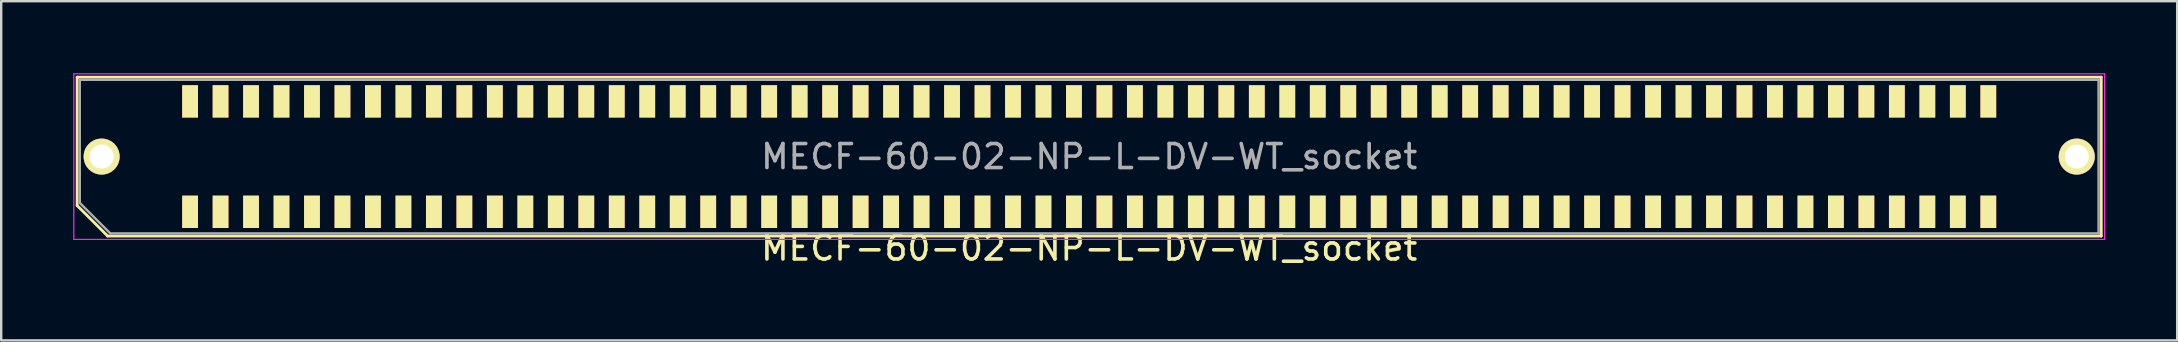
<source format=kicad_pcb>
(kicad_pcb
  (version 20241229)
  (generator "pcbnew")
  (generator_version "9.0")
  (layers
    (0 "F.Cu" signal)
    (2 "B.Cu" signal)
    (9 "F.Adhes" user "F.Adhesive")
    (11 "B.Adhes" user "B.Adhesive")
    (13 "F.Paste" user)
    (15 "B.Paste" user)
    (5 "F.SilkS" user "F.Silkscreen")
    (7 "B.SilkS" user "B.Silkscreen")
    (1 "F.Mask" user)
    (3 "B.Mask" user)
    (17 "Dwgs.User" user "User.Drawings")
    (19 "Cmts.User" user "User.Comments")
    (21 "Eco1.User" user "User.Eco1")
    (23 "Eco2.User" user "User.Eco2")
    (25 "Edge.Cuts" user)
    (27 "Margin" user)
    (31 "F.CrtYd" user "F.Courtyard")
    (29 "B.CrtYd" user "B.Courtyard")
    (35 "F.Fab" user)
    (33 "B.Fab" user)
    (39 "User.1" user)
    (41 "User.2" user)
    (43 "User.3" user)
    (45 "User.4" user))
  (footprint "MECF-60-02-NP-L-DV-WT_socket"
    (layer "F.Cu")
    (at 42.335 3.475)
    (property "Reference" "MECF-60-02-NP-L-DV-WT_socket" (at 0 3.81 0) (layer "F.SilkS") (effects (font (size 1 1) (thickness 0.15))))
    (attr smd)
    (fp_line (start -42.17 -3.31) (end 42.17 -3.31) (stroke (width 0.12) (type solid)) (layer "F.SilkS"))
    (fp_line (start -42.17 2.04) (end -42.17 -3.31) (stroke (width 0.12) (type solid)) (layer "F.SilkS"))
    (fp_line (start -40.9 3.31) (end -42.17 2.04) (stroke (width 0.12) (type solid)) (layer "F.SilkS"))
    (fp_line (start -40.9 3.31) (end 42.17 3.31) (stroke (width 0.12) (type solid)) (layer "F.SilkS"))
    (fp_line (start 42.17 3.31) (end 42.17 -3.31) (stroke (width 0.12) (type solid)) (layer "F.SilkS"))
    (fp_line (start -42.31 -3.45) (end -42.31 3.45) (stroke (width 0.05) (type solid)) (layer "F.CrtYd"))
    (fp_line (start -42.31 3.45) (end 42.31 3.45) (stroke (width 0.05) (type solid)) (layer "F.CrtYd"))
    (fp_line (start 42.31 -3.45) (end -42.31 -3.45) (stroke (width 0.05) (type solid)) (layer "F.CrtYd"))
    (fp_line (start 42.31 3.45) (end 42.31 -3.45) (stroke (width 0.05) (type solid)) (layer "F.CrtYd"))
    (fp_line (start -42.06 -3.2) (end 42.06 -3.2) (stroke (width 0.1) (type solid)) (layer "F.Fab"))
    (fp_line (start -42.06 1.93) (end -42.06 -3.2) (stroke (width 0.1) (type solid)) (layer "F.Fab"))
    (fp_line (start -42.06 1.93) (end -40.79 3.2) (stroke (width 0.1) (type solid)) (layer "F.Fab"))
    (fp_line (start -40.79 3.2) (end 42.06 3.2) (stroke (width 0.1) (type solid)) (layer "F.Fab"))
    (fp_line (start 42.06 3.2) (end 42.06 -3.2) (stroke (width 0.1) (type solid)) (layer "F.Fab"))
    (fp_text user "${REFERENCE}" (at 0 0 0) (layer "F.Fab") (effects (font (size 1 1) (thickness 0.15))))
    (pad "" np_thru_hole circle (at -39.245 0) (size 0.001 0.001) (drill 1.45) (layers "*.Cu" "*.Mask" "F.SilkS"))
    (pad "" np_thru_hole circle (at 39.245 1) (size 0.001 0.001) (drill 1.45) (layers "*.Cu" "*.Mask" "F.SilkS"))
    (pad "1" smd rect (at -37.465 2.3) (size 0.66 1.35) (layers "F.Cu" "F.Mask" "F.SilkS"))
    (pad "2" smd rect (at -37.465 -2.3) (size 0.66 1.35) (layers "F.Cu" "F.Mask" "F.SilkS"))
    (pad "3" smd rect (at -36.195 2.3) (size 0.66 1.35) (layers "F.Cu" "F.Mask" "F.SilkS"))
    (pad "4" smd rect (at -36.195 -2.3) (size 0.66 1.35) (layers "F.Cu" "F.Mask" "F.SilkS"))
    (pad "5" smd rect (at -34.925 2.3) (size 0.66 1.35) (layers "F.Cu" "F.Mask" "F.SilkS"))
    (pad "6" smd rect (at -34.925 -2.3) (size 0.66 1.35) (layers "F.Cu" "F.Mask" "F.SilkS"))
    (pad "7" smd rect (at -33.655 2.3) (size 0.66 1.35) (layers "F.Cu" "F.Mask" "F.SilkS"))
    (pad "8" smd rect (at -33.655 -2.3) (size 0.66 1.35) (layers "F.Cu" "F.Mask" "F.SilkS"))
    (pad "9" smd rect (at -32.385 2.3) (size 0.66 1.35) (layers "F.Cu" "F.Mask" "F.SilkS"))
    (pad "10" smd rect (at -32.385 -2.3) (size 0.66 1.35) (layers "F.Cu" "F.Mask" "F.SilkS"))
    (pad "11" smd rect (at -31.115 2.3) (size 0.66 1.35) (layers "F.Cu" "F.Mask" "F.SilkS"))
    (pad "12" smd rect (at -31.115 -2.3) (size 0.66 1.35) (layers "F.Cu" "F.Mask" "F.SilkS"))
    (pad "13" smd rect (at -29.845 2.3) (size 0.66 1.35) (layers "F.Cu" "F.Mask" "F.SilkS"))
    (pad "14" smd rect (at -29.845 -2.3) (size 0.66 1.35) (layers "F.Cu" "F.Mask" "F.SilkS"))
    (pad "15" smd rect (at -28.575 2.3) (size 0.66 1.35) (layers "F.Cu" "F.Mask" "F.SilkS"))
    (pad "16" smd rect (at -28.575 -2.3) (size 0.66 1.35) (layers "F.Cu" "F.Mask" "F.SilkS"))
    (pad "17" smd rect (at -27.305 2.3) (size 0.66 1.35) (layers "F.Cu" "F.Mask" "F.SilkS"))
    (pad "18" smd rect (at -27.305 -2.3) (size 0.66 1.35) (layers "F.Cu" "F.Mask" "F.SilkS"))
    (pad "19" smd rect (at -26.035 2.3) (size 0.66 1.35) (layers "F.Cu" "F.Mask" "F.SilkS"))
    (pad "20" smd rect (at -26.035 -2.3) (size 0.66 1.35) (layers "F.Cu" "F.Mask" "F.SilkS"))
    (pad "21" smd rect (at -24.765 2.3) (size 0.66 1.35) (layers "F.Cu" "F.Mask" "F.SilkS"))
    (pad "22" smd rect (at -24.765 -2.3) (size 0.66 1.35) (layers "F.Cu" "F.Mask" "F.SilkS"))
    (pad "23" smd rect (at -23.495 2.3) (size 0.66 1.35) (layers "F.Cu" "F.Mask" "F.SilkS"))
    (pad "24" smd rect (at -23.495 -2.3) (size 0.66 1.35) (layers "F.Cu" "F.Mask" "F.SilkS"))
    (pad "25" smd rect (at -22.225 2.3) (size 0.66 1.35) (layers "F.Cu" "F.Mask" "F.SilkS"))
    (pad "26" smd rect (at -22.225 -2.3) (size 0.66 1.35) (layers "F.Cu" "F.Mask" "F.SilkS"))
    (pad "27" smd rect (at -20.955 2.3) (size 0.66 1.35) (layers "F.Cu" "F.Mask" "F.SilkS"))
    (pad "28" smd rect (at -20.955 -2.3) (size 0.66 1.35) (layers "F.Cu" "F.Mask" "F.SilkS"))
    (pad "29" smd rect (at -19.685 2.3) (size 0.66 1.35) (layers "F.Cu" "F.Mask" "F.SilkS"))
    (pad "30" smd rect (at -19.685 -2.3) (size 0.66 1.35) (layers "F.Cu" "F.Mask" "F.SilkS"))
    (pad "31" smd rect (at -18.415 2.3) (size 0.66 1.35) (layers "F.Cu" "F.Mask" "F.SilkS"))
    (pad "32" smd rect (at -18.415 -2.3) (size 0.66 1.35) (layers "F.Cu" "F.Mask" "F.SilkS"))
    (pad "33" smd rect (at -17.145 2.3) (size 0.66 1.35) (layers "F.Cu" "F.Mask" "F.SilkS"))
    (pad "34" smd rect (at -17.145 -2.3) (size 0.66 1.35) (layers "F.Cu" "F.Mask" "F.SilkS"))
    (pad "35" smd rect (at -15.875 2.3) (size 0.66 1.35) (layers "F.Cu" "F.Mask" "F.SilkS"))
    (pad "36" smd rect (at -15.875 -2.3) (size 0.66 1.35) (layers "F.Cu" "F.Mask" "F.SilkS"))
    (pad "37" smd rect (at -14.605 2.3) (size 0.66 1.35) (layers "F.Cu" "F.Mask" "F.SilkS"))
    (pad "38" smd rect (at -14.605 -2.3) (size 0.66 1.35) (layers "F.Cu" "F.Mask" "F.SilkS"))
    (pad "39" smd rect (at -13.335 2.3) (size 0.66 1.35) (layers "F.Cu" "F.Mask" "F.SilkS"))
    (pad "40" smd rect (at -13.335 -2.3) (size 0.66 1.35) (layers "F.Cu" "F.Mask" "F.SilkS"))
    (pad "41" smd rect (at -12.065 2.3) (size 0.66 1.35) (layers "F.Cu" "F.Mask" "F.SilkS"))
    (pad "42" smd rect (at -12.065 -2.3) (size 0.66 1.35) (layers "F.Cu" "F.Mask" "F.SilkS"))
    (pad "43" smd rect (at -10.795 2.3) (size 0.66 1.35) (layers "F.Cu" "F.Mask" "F.SilkS"))
    (pad "44" smd rect (at -10.795 -2.3) (size 0.66 1.35) (layers "F.Cu" "F.Mask" "F.SilkS"))
    (pad "45" smd rect (at -9.525 2.3) (size 0.66 1.35) (layers "F.Cu" "F.Mask" "F.SilkS"))
    (pad "46" smd rect (at -9.525 -2.3) (size 0.66 1.35) (layers "F.Cu" "F.Mask" "F.SilkS"))
    (pad "47" smd rect (at -8.255 2.3) (size 0.66 1.35) (layers "F.Cu" "F.Mask" "F.SilkS"))
    (pad "48" smd rect (at -8.255 -2.3) (size 0.66 1.35) (layers "F.Cu" "F.Mask" "F.SilkS"))
    (pad "49" smd rect (at -6.985 2.3) (size 0.66 1.35) (layers "F.Cu" "F.Mask" "F.SilkS"))
    (pad "50" smd rect (at -6.985 -2.3) (size 0.66 1.35) (layers "F.Cu" "F.Mask" "F.SilkS"))
    (pad "51" smd rect (at -5.715 2.3) (size 0.66 1.35) (layers "F.Cu" "F.Mask" "F.SilkS"))
    (pad "52" smd rect (at -5.715 -2.3) (size 0.66 1.35) (layers "F.Cu" "F.Mask" "F.SilkS"))
    (pad "53" smd rect (at -4.445 2.3) (size 0.66 1.35) (layers "F.Cu" "F.Mask" "F.SilkS"))
    (pad "54" smd rect (at -4.445 -2.3) (size 0.66 1.35) (layers "F.Cu" "F.Mask" "F.SilkS"))
    (pad "55" smd rect (at -3.175 2.3) (size 0.66 1.35) (layers "F.Cu" "F.Mask" "F.SilkS"))
    (pad "56" smd rect (at -3.175 -2.3) (size 0.66 1.35) (layers "F.Cu" "F.Mask" "F.SilkS"))
    (pad "57" smd rect (at -1.905 2.3) (size 0.66 1.35) (layers "F.Cu" "F.Mask" "F.SilkS"))
    (pad "58" smd rect (at -1.905 -2.3) (size 0.66 1.35) (layers "F.Cu" "F.Mask" "F.SilkS"))
    (pad "59" smd rect (at -0.635 2.3) (size 0.66 1.35) (layers "F.Cu" "F.Mask" "F.SilkS"))
    (pad "60" smd rect (at -0.635 -2.3) (size 0.66 1.35) (layers "F.Cu" "F.Mask" "F.SilkS"))
    (pad "61" smd rect (at 0.635 2.3) (size 0.66 1.35) (layers "F.Cu" "F.Mask" "F.SilkS"))
    (pad "62" smd rect (at 0.635 -2.3) (size 0.66 1.35) (layers "F.Cu" "F.Mask" "F.SilkS"))
    (pad "63" smd rect (at 1.905 2.3) (size 0.66 1.35) (layers "F.Cu" "F.Mask" "F.SilkS"))
    (pad "64" smd rect (at 1.905 -2.3) (size 0.66 1.35) (layers "F.Cu" "F.Mask" "F.SilkS"))
    (pad "65" smd rect (at 3.175 2.3) (size 0.66 1.35) (layers "F.Cu" "F.Mask" "F.SilkS"))
    (pad "66" smd rect (at 3.175 -2.3) (size 0.66 1.35) (layers "F.Cu" "F.Mask" "F.SilkS"))
    (pad "67" smd rect (at 4.445 2.3) (size 0.66 1.35) (layers "F.Cu" "F.Mask" "F.SilkS"))
    (pad "68" smd rect (at 4.445 -2.3) (size 0.66 1.35) (layers "F.Cu" "F.Mask" "F.SilkS"))
    (pad "69" smd rect (at 5.715 2.3) (size 0.66 1.35) (layers "F.Cu" "F.Mask" "F.SilkS"))
    (pad "70" smd rect (at 5.715 -2.3) (size 0.66 1.35) (layers "F.Cu" "F.Mask" "F.SilkS"))
    (pad "71" smd rect (at 6.985 2.3) (size 0.66 1.35) (layers "F.Cu" "F.Mask" "F.SilkS"))
    (pad "72" smd rect (at 6.985 -2.3) (size 0.66 1.35) (layers "F.Cu" "F.Mask" "F.SilkS"))
    (pad "73" smd rect (at 8.255 2.3) (size 0.66 1.35) (layers "F.Cu" "F.Mask" "F.SilkS"))
    (pad "74" smd rect (at 8.255 -2.3) (size 0.66 1.35) (layers "F.Cu" "F.Mask" "F.SilkS"))
    (pad "75" smd rect (at 9.525 2.3) (size 0.66 1.35) (layers "F.Cu" "F.Mask" "F.SilkS"))
    (pad "76" smd rect (at 9.525 -2.3) (size 0.66 1.35) (layers "F.Cu" "F.Mask" "F.SilkS"))
    (pad "77" smd rect (at 10.795 2.3) (size 0.66 1.35) (layers "F.Cu" "F.Mask" "F.SilkS"))
    (pad "78" smd rect (at 10.795 -2.3) (size 0.66 1.35) (layers "F.Cu" "F.Mask" "F.SilkS"))
    (pad "79" smd rect (at 12.065 2.3) (size 0.66 1.35) (layers "F.Cu" "F.Mask" "F.SilkS"))
    (pad "80" smd rect (at 12.065 -2.3) (size 0.66 1.35) (layers "F.Cu" "F.Mask" "F.SilkS"))
    (pad "81" smd rect (at 13.335 2.3) (size 0.66 1.35) (layers "F.Cu" "F.Mask" "F.SilkS"))
    (pad "82" smd rect (at 13.335 -2.3) (size 0.66 1.35) (layers "F.Cu" "F.Mask" "F.SilkS"))
    (pad "83" smd rect (at 14.605 2.3) (size 0.66 1.35) (layers "F.Cu" "F.Mask" "F.SilkS"))
    (pad "84" smd rect (at 14.605 -2.3) (size 0.66 1.35) (layers "F.Cu" "F.Mask" "F.SilkS"))
    (pad "85" smd rect (at 15.875 2.3) (size 0.66 1.35) (layers "F.Cu" "F.Mask" "F.SilkS"))
    (pad "86" smd rect (at 15.875 -2.3) (size 0.66 1.35) (layers "F.Cu" "F.Mask" "F.SilkS"))
    (pad "87" smd rect (at 17.145 2.3) (size 0.66 1.35) (layers "F.Cu" "F.Mask" "F.SilkS"))
    (pad "88" smd rect (at 17.145 -2.3) (size 0.66 1.35) (layers "F.Cu" "F.Mask" "F.SilkS"))
    (pad "89" smd rect (at 18.415 2.3) (size 0.66 1.35) (layers "F.Cu" "F.Mask" "F.SilkS"))
    (pad "90" smd rect (at 18.415 -2.3) (size 0.66 1.35) (layers "F.Cu" "F.Mask" "F.SilkS"))
    (pad "91" smd rect (at 19.685 2.3) (size 0.66 1.35) (layers "F.Cu" "F.Mask" "F.SilkS"))
    (pad "92" smd rect (at 19.685 -2.3) (size 0.66 1.35) (layers "F.Cu" "F.Mask" "F.SilkS"))
    (pad "93" smd rect (at 20.955 2.3) (size 0.66 1.35) (layers "F.Cu" "F.Mask" "F.SilkS"))
    (pad "94" smd rect (at 20.955 -2.3) (size 0.66 1.35) (layers "F.Cu" "F.Mask" "F.SilkS"))
    (pad "95" smd rect (at 22.225 2.3) (size 0.66 1.35) (layers "F.Cu" "F.Mask" "F.SilkS"))
    (pad "96" smd rect (at 22.225 -2.3) (size 0.66 1.35) (layers "F.Cu" "F.Mask" "F.SilkS"))
    (pad "97" smd rect (at 23.495 2.3) (size 0.66 1.35) (layers "F.Cu" "F.Mask" "F.SilkS"))
    (pad "98" smd rect (at 23.495 -2.3) (size 0.66 1.35) (layers "F.Cu" "F.Mask" "F.SilkS"))
    (pad "99" smd rect (at 24.765 2.3) (size 0.66 1.35) (layers "F.Cu" "F.Mask" "F.SilkS"))
    (pad "100" smd rect (at 24.765 -2.3) (size 0.66 1.35) (layers "F.Cu" "F.Mask" "F.SilkS"))
    (pad "101" smd rect (at 26.035 2.3) (size 0.66 1.35) (layers "F.Cu" "F.Mask" "F.SilkS"))
    (pad "102" smd rect (at 26.035 -2.3) (size 0.66 1.35) (layers "F.Cu" "F.Mask" "F.SilkS"))
    (pad "103" smd rect (at 27.305 2.3) (size 0.66 1.35) (layers "F.Cu" "F.Mask" "F.SilkS"))
    (pad "104" smd rect (at 27.305 -2.3) (size 0.66 1.35) (layers "F.Cu" "F.Mask" "F.SilkS"))
    (pad "105" smd rect (at 28.575 2.3) (size 0.66 1.35) (layers "F.Cu" "F.Mask" "F.SilkS"))
    (pad "106" smd rect (at 28.575 -2.3) (size 0.66 1.35) (layers "F.Cu" "F.Mask" "F.SilkS"))
    (pad "107" smd rect (at 29.845 2.3) (size 0.66 1.35) (layers "F.Cu" "F.Mask" "F.SilkS"))
    (pad "108" smd rect (at 29.845 -2.3) (size 0.66 1.35) (layers "F.Cu" "F.Mask" "F.SilkS"))
    (pad "109" smd rect (at 31.115 2.3) (size 0.66 1.35) (layers "F.Cu" "F.Mask" "F.SilkS"))
    (pad "110" smd rect (at 31.115 -2.3) (size 0.66 1.35) (layers "F.Cu" "F.Mask" "F.SilkS"))
    (pad "111" smd rect (at 32.385 2.3) (size 0.66 1.35) (layers "F.Cu" "F.Mask" "F.SilkS"))
    (pad "112" smd rect (at 32.385 -2.3) (size 0.66 1.35) (layers "F.Cu" "F.Mask" "F.SilkS"))
    (pad "113" smd rect (at 33.655 2.3) (size 0.66 1.35) (layers "F.Cu" "F.Mask" "F.SilkS"))
    (pad "114" smd rect (at 33.655 -2.3) (size 0.66 1.35) (layers "F.Cu" "F.Mask" "F.SilkS"))
    (pad "115" smd rect (at 34.925 2.3) (size 0.66 1.35) (layers "F.Cu" "F.Mask" "F.SilkS"))
    (pad "116" smd rect (at 34.925 -2.3) (size 0.66 1.35) (layers "F.Cu" "F.Mask" "F.SilkS"))
    (pad "117" smd rect (at 36.195 2.3) (size 0.66 1.35) (layers "F.Cu" "F.Mask" "F.SilkS"))
    (pad "118" smd rect (at 36.195 -2.3) (size 0.66 1.35) (layers "F.Cu" "F.Mask" "F.SilkS"))
    (pad "119" smd rect (at 37.465 2.3) (size 0.66 1.35) (layers "F.Cu" "F.Mask" "F.SilkS"))
    (pad "120" smd rect (at 37.465 -2.3) (size 0.66 1.35) (layers "F.Cu" "F.Mask" "F.SilkS"))
    (pad "None" thru_hole circle (at -41.15 0) (size 1.5 1.5) (drill 1) (layers "*.Cu" "*.Mask" "F.SilkS"))
    (pad "None" thru_hole circle (at 41.15 0) (size 1.5 1.5) (drill 1) (layers "*.Cu" "*.Mask" "F.SilkS")))
  (gr_rect
    (start -3 -3)
    (end 87.67 11.133)
    (stroke (width 0.1) (type default))
    (fill no)
    (layer "Edge.Cuts")))
</source>
